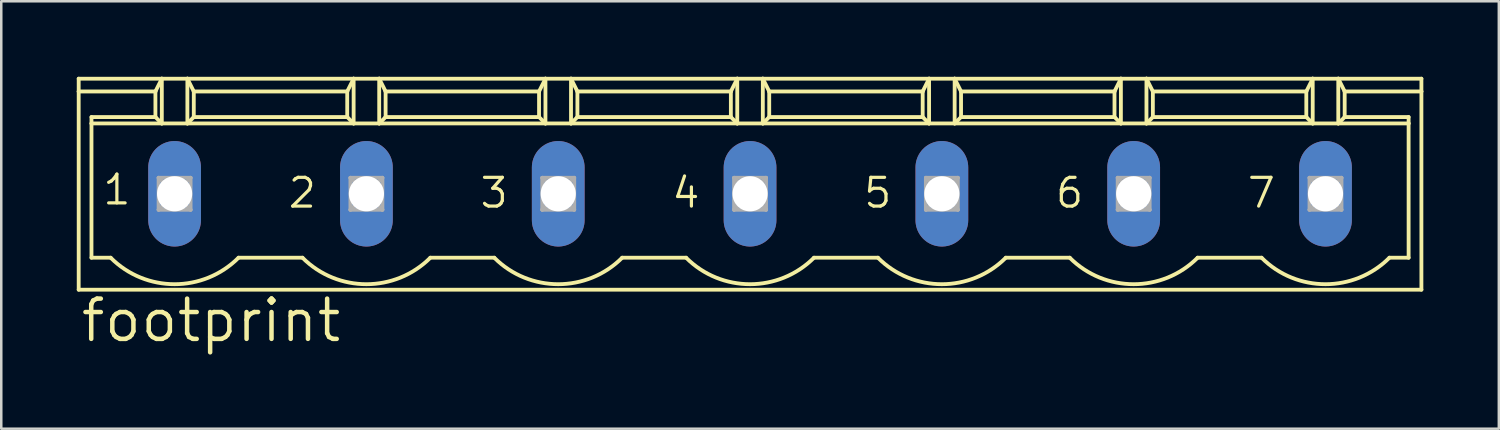
<source format=kicad_pcb>
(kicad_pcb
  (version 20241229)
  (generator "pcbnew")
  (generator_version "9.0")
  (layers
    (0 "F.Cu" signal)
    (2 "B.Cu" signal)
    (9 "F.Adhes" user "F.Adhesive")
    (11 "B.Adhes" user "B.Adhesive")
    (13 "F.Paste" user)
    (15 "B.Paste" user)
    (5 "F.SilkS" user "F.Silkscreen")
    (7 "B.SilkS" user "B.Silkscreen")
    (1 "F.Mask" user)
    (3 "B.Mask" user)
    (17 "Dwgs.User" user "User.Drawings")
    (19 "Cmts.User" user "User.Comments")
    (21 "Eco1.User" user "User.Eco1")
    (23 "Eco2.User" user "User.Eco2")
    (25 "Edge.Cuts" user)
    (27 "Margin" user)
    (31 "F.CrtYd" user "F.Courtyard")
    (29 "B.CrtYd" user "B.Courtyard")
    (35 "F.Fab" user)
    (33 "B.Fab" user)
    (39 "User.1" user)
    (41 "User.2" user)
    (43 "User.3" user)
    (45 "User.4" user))
  (footprint "footprint"
    (layer "F.Cu")
    (at 26.746 4.648)
    (property "Reference" "footprint" (at -26.67 5.969 0) (layer "F.SilkS") (effects (font (size 1.6 1.6) (thickness 0.178)) (justify left bottom)))
    (fp_line (start -26.67 -4.572) (end -23.368 -4.572) (stroke (width 0.152) (type solid)) (layer "F.SilkS"))
    (fp_line (start -26.67 -4.064) (end -26.67 -4.572) (stroke (width 0.152) (type solid)) (layer "F.SilkS"))
    (fp_line (start -26.67 -4.064) (end -23.622 -4.064) (stroke (width 0.152) (type solid)) (layer "F.SilkS"))
    (fp_line (start -26.67 3.81) (end -26.67 -4.064) (stroke (width 0.152) (type solid)) (layer "F.SilkS"))
    (fp_line (start -26.162 -3.048) (end -23.622 -3.048) (stroke (width 0.152) (type solid)) (layer "F.SilkS"))
    (fp_line (start -26.162 -2.794) (end -26.162 -3.048) (stroke (width 0.152) (type solid)) (layer "F.SilkS"))
    (fp_line (start -26.162 -2.794) (end -23.368 -2.794) (stroke (width 0.152) (type solid)) (layer "F.SilkS"))
    (fp_line (start -26.162 2.54) (end -26.162 -2.794) (stroke (width 0.152) (type solid)) (layer "F.SilkS"))
    (fp_line (start -25.4 2.54) (end -26.162 2.54) (stroke (width 0.152) (type solid)) (layer "F.SilkS"))
    (fp_line (start -23.622 -4.064) (end -23.368 -4.572) (stroke (width 0.152) (type solid)) (layer "F.SilkS"))
    (fp_line (start -23.622 -3.048) (end -23.622 -4.064) (stroke (width 0.152) (type solid)) (layer "F.SilkS"))
    (fp_line (start -23.622 -3.048) (end -23.368 -2.794) (stroke (width 0.152) (type solid)) (layer "F.SilkS"))
    (fp_line (start -23.368 -4.572) (end -22.352 -4.572) (stroke (width 0.152) (type solid)) (layer "F.SilkS"))
    (fp_line (start -23.368 -2.794) (end -23.368 -4.572) (stroke (width 0.152) (type solid)) (layer "F.SilkS"))
    (fp_line (start -23.368 -2.794) (end -22.352 -2.794) (stroke (width 0.152) (type solid)) (layer "F.SilkS"))
    (fp_line (start -22.352 -4.572) (end -22.098 -4.064) (stroke (width 0.152) (type solid)) (layer "F.SilkS"))
    (fp_line (start -22.352 -4.572) (end -15.748 -4.572) (stroke (width 0.152) (type solid)) (layer "F.SilkS"))
    (fp_line (start -22.352 -2.794) (end -22.352 -4.572) (stroke (width 0.152) (type solid)) (layer "F.SilkS"))
    (fp_line (start -22.352 -2.794) (end -15.748 -2.794) (stroke (width 0.152) (type solid)) (layer "F.SilkS"))
    (fp_line (start -22.098 -4.064) (end -22.098 -3.048) (stroke (width 0.152) (type solid)) (layer "F.SilkS"))
    (fp_line (start -22.098 -4.064) (end -16.002 -4.064) (stroke (width 0.152) (type solid)) (layer "F.SilkS"))
    (fp_line (start -22.098 -3.048) (end -22.352 -2.794) (stroke (width 0.152) (type solid)) (layer "F.SilkS"))
    (fp_line (start -17.78 2.54) (end -20.32 2.54) (stroke (width 0.152) (type solid)) (layer "F.SilkS"))
    (fp_line (start -16.002 -4.064) (end -16.002 -3.048) (stroke (width 0.152) (type solid)) (layer "F.SilkS"))
    (fp_line (start -16.002 -4.064) (end -15.748 -4.572) (stroke (width 0.152) (type solid)) (layer "F.SilkS"))
    (fp_line (start -16.002 -3.048) (end -22.098 -3.048) (stroke (width 0.152) (type solid)) (layer "F.SilkS"))
    (fp_line (start -16.002 -3.048) (end -15.748 -2.794) (stroke (width 0.152) (type solid)) (layer "F.SilkS"))
    (fp_line (start -15.748 -4.572) (end -14.732 -4.572) (stroke (width 0.152) (type solid)) (layer "F.SilkS"))
    (fp_line (start -15.748 -2.794) (end -15.748 -4.572) (stroke (width 0.152) (type solid)) (layer "F.SilkS"))
    (fp_line (start -15.748 -2.794) (end -14.732 -2.794) (stroke (width 0.152) (type solid)) (layer "F.SilkS"))
    (fp_line (start -14.732 -4.572) (end -14.478 -4.064) (stroke (width 0.152) (type solid)) (layer "F.SilkS"))
    (fp_line (start -14.732 -4.572) (end -8.128 -4.572) (stroke (width 0.152) (type solid)) (layer "F.SilkS"))
    (fp_line (start -14.732 -2.794) (end -14.732 -4.572) (stroke (width 0.152) (type solid)) (layer "F.SilkS"))
    (fp_line (start -14.732 -2.794) (end -8.128 -2.794) (stroke (width 0.152) (type solid)) (layer "F.SilkS"))
    (fp_line (start -14.478 -4.064) (end -14.478 -3.048) (stroke (width 0.152) (type solid)) (layer "F.SilkS"))
    (fp_line (start -14.478 -4.064) (end -8.382 -4.064) (stroke (width 0.152) (type solid)) (layer "F.SilkS"))
    (fp_line (start -14.478 -3.048) (end -14.732 -2.794) (stroke (width 0.152) (type solid)) (layer "F.SilkS"))
    (fp_line (start -14.478 -3.048) (end -8.382 -3.048) (stroke (width 0.152) (type solid)) (layer "F.SilkS"))
    (fp_line (start -10.16 2.54) (end -12.7 2.54) (stroke (width 0.152) (type solid)) (layer "F.SilkS"))
    (fp_line (start -8.382 -4.064) (end -8.128 -4.572) (stroke (width 0.152) (type solid)) (layer "F.SilkS"))
    (fp_line (start -8.382 -3.048) (end -8.382 -4.064) (stroke (width 0.152) (type solid)) (layer "F.SilkS"))
    (fp_line (start -8.382 -3.048) (end -8.128 -2.794) (stroke (width 0.152) (type solid)) (layer "F.SilkS"))
    (fp_line (start -8.128 -4.572) (end -7.112 -4.572) (stroke (width 0.152) (type solid)) (layer "F.SilkS"))
    (fp_line (start -8.128 -2.794) (end -8.128 -4.572) (stroke (width 0.152) (type solid)) (layer "F.SilkS"))
    (fp_line (start -8.128 -2.794) (end -7.112 -2.794) (stroke (width 0.152) (type solid)) (layer "F.SilkS"))
    (fp_line (start -7.112 -4.572) (end -6.858 -4.064) (stroke (width 0.152) (type solid)) (layer "F.SilkS"))
    (fp_line (start -7.112 -4.572) (end -0.508 -4.572) (stroke (width 0.152) (type solid)) (layer "F.SilkS"))
    (fp_line (start -7.112 -2.794) (end -7.112 -4.572) (stroke (width 0.152) (type solid)) (layer "F.SilkS"))
    (fp_line (start -7.112 -2.794) (end -0.508 -2.794) (stroke (width 0.152) (type solid)) (layer "F.SilkS"))
    (fp_line (start -6.858 -4.064) (end -6.858 -3.048) (stroke (width 0.152) (type solid)) (layer "F.SilkS"))
    (fp_line (start -6.858 -4.064) (end -0.762 -4.064) (stroke (width 0.152) (type solid)) (layer "F.SilkS"))
    (fp_line (start -6.858 -3.048) (end -7.112 -2.794) (stroke (width 0.152) (type solid)) (layer "F.SilkS"))
    (fp_line (start -2.54 2.54) (end -5.08 2.54) (stroke (width 0.152) (type solid)) (layer "F.SilkS"))
    (fp_line (start -0.762 -4.064) (end -0.762 -3.048) (stroke (width 0.152) (type solid)) (layer "F.SilkS"))
    (fp_line (start -0.762 -4.064) (end -0.508 -4.572) (stroke (width 0.152) (type solid)) (layer "F.SilkS"))
    (fp_line (start -0.762 -3.048) (end -6.858 -3.048) (stroke (width 0.152) (type solid)) (layer "F.SilkS"))
    (fp_line (start -0.762 -3.048) (end -0.508 -2.794) (stroke (width 0.152) (type solid)) (layer "F.SilkS"))
    (fp_line (start -0.508 -4.572) (end 0.508 -4.572) (stroke (width 0.152) (type solid)) (layer "F.SilkS"))
    (fp_line (start -0.508 -2.794) (end -0.508 -4.572) (stroke (width 0.152) (type solid)) (layer "F.SilkS"))
    (fp_line (start -0.508 -2.794) (end 0.508 -2.794) (stroke (width 0.152) (type solid)) (layer "F.SilkS"))
    (fp_line (start 0.508 -4.572) (end 0.762 -4.064) (stroke (width 0.152) (type solid)) (layer "F.SilkS"))
    (fp_line (start 0.508 -4.572) (end 7.112 -4.572) (stroke (width 0.152) (type solid)) (layer "F.SilkS"))
    (fp_line (start 0.508 -2.794) (end 0.508 -4.572) (stroke (width 0.152) (type solid)) (layer "F.SilkS"))
    (fp_line (start 0.508 -2.794) (end 7.112 -2.794) (stroke (width 0.152) (type solid)) (layer "F.SilkS"))
    (fp_line (start 0.762 -4.064) (end 0.762 -3.048) (stroke (width 0.152) (type solid)) (layer "F.SilkS"))
    (fp_line (start 0.762 -4.064) (end 6.858 -4.064) (stroke (width 0.152) (type solid)) (layer "F.SilkS"))
    (fp_line (start 0.762 -3.048) (end 0.508 -2.794) (stroke (width 0.152) (type solid)) (layer "F.SilkS"))
    (fp_line (start 0.762 -3.048) (end 6.858 -3.048) (stroke (width 0.152) (type solid)) (layer "F.SilkS"))
    (fp_line (start 5.08 2.54) (end 2.54 2.54) (stroke (width 0.152) (type solid)) (layer "F.SilkS"))
    (fp_line (start 6.858 -4.064) (end 6.858 -3.048) (stroke (width 0.152) (type solid)) (layer "F.SilkS"))
    (fp_line (start 6.858 -4.064) (end 7.112 -4.572) (stroke (width 0.152) (type solid)) (layer "F.SilkS"))
    (fp_line (start 6.858 -3.048) (end 7.112 -2.794) (stroke (width 0.152) (type solid)) (layer "F.SilkS"))
    (fp_line (start 7.112 -4.572) (end 8.128 -4.572) (stroke (width 0.152) (type solid)) (layer "F.SilkS"))
    (fp_line (start 7.112 -2.794) (end 7.112 -4.572) (stroke (width 0.152) (type solid)) (layer "F.SilkS"))
    (fp_line (start 7.112 -2.794) (end 8.128 -2.794) (stroke (width 0.152) (type solid)) (layer "F.SilkS"))
    (fp_line (start 8.128 -4.572) (end 8.382 -4.064) (stroke (width 0.152) (type solid)) (layer "F.SilkS"))
    (fp_line (start 8.128 -4.572) (end 14.732 -4.572) (stroke (width 0.152) (type solid)) (layer "F.SilkS"))
    (fp_line (start 8.128 -2.794) (end 8.128 -4.572) (stroke (width 0.152) (type solid)) (layer "F.SilkS"))
    (fp_line (start 8.128 -2.794) (end 14.732 -2.794) (stroke (width 0.152) (type solid)) (layer "F.SilkS"))
    (fp_line (start 8.382 -4.064) (end 8.382 -3.048) (stroke (width 0.152) (type solid)) (layer "F.SilkS"))
    (fp_line (start 8.382 -4.064) (end 14.478 -4.064) (stroke (width 0.152) (type solid)) (layer "F.SilkS"))
    (fp_line (start 8.382 -3.048) (end 8.128 -2.794) (stroke (width 0.152) (type solid)) (layer "F.SilkS"))
    (fp_line (start 8.382 -3.048) (end 14.478 -3.048) (stroke (width 0.152) (type solid)) (layer "F.SilkS"))
    (fp_line (start 12.7 2.54) (end 10.16 2.54) (stroke (width 0.152) (type solid)) (layer "F.SilkS"))
    (fp_line (start 14.478 -4.064) (end 14.478 -3.048) (stroke (width 0.152) (type solid)) (layer "F.SilkS"))
    (fp_line (start 14.478 -4.064) (end 14.732 -4.572) (stroke (width 0.152) (type solid)) (layer "F.SilkS"))
    (fp_line (start 14.478 -3.048) (end 14.732 -2.794) (stroke (width 0.152) (type solid)) (layer "F.SilkS"))
    (fp_line (start 14.732 -4.572) (end 15.748 -4.572) (stroke (width 0.152) (type solid)) (layer "F.SilkS"))
    (fp_line (start 14.732 -2.794) (end 14.732 -4.572) (stroke (width 0.152) (type solid)) (layer "F.SilkS"))
    (fp_line (start 14.732 -2.794) (end 15.748 -2.794) (stroke (width 0.152) (type solid)) (layer "F.SilkS"))
    (fp_line (start 15.748 -4.572) (end 16.002 -4.064) (stroke (width 0.152) (type solid)) (layer "F.SilkS"))
    (fp_line (start 15.748 -4.572) (end 22.352 -4.572) (stroke (width 0.152) (type solid)) (layer "F.SilkS"))
    (fp_line (start 15.748 -2.794) (end 15.748 -4.572) (stroke (width 0.152) (type solid)) (layer "F.SilkS"))
    (fp_line (start 15.748 -2.794) (end 22.352 -2.794) (stroke (width 0.152) (type solid)) (layer "F.SilkS"))
    (fp_line (start 16.002 -4.064) (end 16.002 -3.048) (stroke (width 0.152) (type solid)) (layer "F.SilkS"))
    (fp_line (start 16.002 -4.064) (end 22.098 -4.064) (stroke (width 0.152) (type solid)) (layer "F.SilkS"))
    (fp_line (start 16.002 -3.048) (end 15.748 -2.794) (stroke (width 0.152) (type solid)) (layer "F.SilkS"))
    (fp_line (start 16.002 -3.048) (end 22.098 -3.048) (stroke (width 0.152) (type solid)) (layer "F.SilkS"))
    (fp_line (start 20.32 2.54) (end 17.78 2.54) (stroke (width 0.152) (type solid)) (layer "F.SilkS"))
    (fp_line (start 22.098 -4.064) (end 22.098 -3.048) (stroke (width 0.152) (type solid)) (layer "F.SilkS"))
    (fp_line (start 22.098 -4.064) (end 22.352 -4.572) (stroke (width 0.152) (type solid)) (layer "F.SilkS"))
    (fp_line (start 22.098 -3.048) (end 22.352 -2.794) (stroke (width 0.152) (type solid)) (layer "F.SilkS"))
    (fp_line (start 22.352 -4.572) (end 23.368 -4.572) (stroke (width 0.152) (type solid)) (layer "F.SilkS"))
    (fp_line (start 22.352 -2.794) (end 22.352 -4.572) (stroke (width 0.152) (type solid)) (layer "F.SilkS"))
    (fp_line (start 22.352 -2.794) (end 23.368 -2.794) (stroke (width 0.152) (type solid)) (layer "F.SilkS"))
    (fp_line (start 23.368 -4.572) (end 23.622 -4.064) (stroke (width 0.152) (type solid)) (layer "F.SilkS"))
    (fp_line (start 23.368 -4.572) (end 26.67 -4.572) (stroke (width 0.152) (type solid)) (layer "F.SilkS"))
    (fp_line (start 23.368 -2.794) (end 23.368 -4.572) (stroke (width 0.152) (type solid)) (layer "F.SilkS"))
    (fp_line (start 23.368 -2.794) (end 26.162 -2.794) (stroke (width 0.152) (type solid)) (layer "F.SilkS"))
    (fp_line (start 23.622 -4.064) (end 23.622 -3.048) (stroke (width 0.152) (type solid)) (layer "F.SilkS"))
    (fp_line (start 23.622 -4.064) (end 26.67 -4.064) (stroke (width 0.152) (type solid)) (layer "F.SilkS"))
    (fp_line (start 23.622 -3.048) (end 23.368 -2.794) (stroke (width 0.152) (type solid)) (layer "F.SilkS"))
    (fp_line (start 23.622 -3.048) (end 26.162 -3.048) (stroke (width 0.152) (type solid)) (layer "F.SilkS"))
    (fp_line (start 26.162 -3.048) (end 26.162 -2.794) (stroke (width 0.152) (type solid)) (layer "F.SilkS"))
    (fp_line (start 26.162 -2.794) (end 26.162 2.54) (stroke (width 0.152) (type solid)) (layer "F.SilkS"))
    (fp_line (start 26.162 2.54) (end 25.4 2.54) (stroke (width 0.152) (type solid)) (layer "F.SilkS"))
    (fp_line (start 26.67 -4.064) (end 26.67 -4.572) (stroke (width 0.152) (type solid)) (layer "F.SilkS"))
    (fp_line (start 26.67 3.81) (end -26.67 3.81) (stroke (width 0.152) (type solid)) (layer "F.SilkS"))
    (fp_line (start 26.67 3.81) (end 26.67 -4.064) (stroke (width 0.152) (type solid)) (layer "F.SilkS"))
    (fp_arc (start -20.32 2.54) (mid -22.86 3.592102) (end -25.4 2.54) (stroke (width 0.1524) (type solid)) (layer "F.SilkS"))
    (fp_arc (start -12.7 2.54) (mid -15.24 3.592102) (end -17.78 2.54) (stroke (width 0.1524) (type solid)) (layer "F.SilkS"))
    (fp_arc (start -5.08 2.54) (mid -7.62 3.592102) (end -10.16 2.54) (stroke (width 0.1524) (type solid)) (layer "F.SilkS"))
    (fp_arc (start 2.54 2.54) (mid 0 3.592102) (end -2.54 2.54) (stroke (width 0.1524) (type solid)) (layer "F.SilkS"))
    (fp_arc (start 10.16 2.54) (mid 7.62 3.592102) (end 5.08 2.54) (stroke (width 0.1524) (type solid)) (layer "F.SilkS"))
    (fp_arc (start 17.78 2.54) (mid 15.24 3.592102) (end 12.7 2.54) (stroke (width 0.1524) (type solid)) (layer "F.SilkS"))
    (fp_arc (start 25.4 2.54) (mid 22.86 3.592102) (end 20.32 2.54) (stroke (width 0.1524) (type solid)) (layer "F.SilkS"))
    (fp_line (start -23.495 -0.635) (end -23.495 0.635) (stroke (width 0.152) (type solid)) (layer "F.Fab"))
    (fp_line (start -23.495 -0.635) (end -22.225 0.635) (stroke (width 0.152) (type solid)) (layer "F.Fab"))
    (fp_line (start -23.495 0.635) (end -22.225 -0.635) (stroke (width 0.152) (type solid)) (layer "F.Fab"))
    (fp_line (start -23.495 0.635) (end -22.225 0.635) (stroke (width 0.152) (type solid)) (layer "F.Fab"))
    (fp_line (start -22.225 -0.635) (end -23.495 -0.635) (stroke (width 0.152) (type solid)) (layer "F.Fab"))
    (fp_line (start -22.225 0.635) (end -22.225 -0.635) (stroke (width 0.152) (type solid)) (layer "F.Fab"))
    (fp_line (start -15.875 -0.635) (end -15.875 0.635) (stroke (width 0.152) (type solid)) (layer "F.Fab"))
    (fp_line (start -15.875 -0.635) (end -14.605 0.635) (stroke (width 0.152) (type solid)) (layer "F.Fab"))
    (fp_line (start -15.875 0.635) (end -14.605 -0.635) (stroke (width 0.152) (type solid)) (layer "F.Fab"))
    (fp_line (start -15.875 0.635) (end -14.605 0.635) (stroke (width 0.152) (type solid)) (layer "F.Fab"))
    (fp_line (start -14.605 -0.635) (end -15.875 -0.635) (stroke (width 0.152) (type solid)) (layer "F.Fab"))
    (fp_line (start -14.605 0.635) (end -14.605 -0.635) (stroke (width 0.152) (type solid)) (layer "F.Fab"))
    (fp_line (start -8.255 -0.635) (end -8.255 0.635) (stroke (width 0.152) (type solid)) (layer "F.Fab"))
    (fp_line (start -8.255 -0.635) (end -6.985 0.635) (stroke (width 0.152) (type solid)) (layer "F.Fab"))
    (fp_line (start -8.255 0.635) (end -6.985 -0.635) (stroke (width 0.152) (type solid)) (layer "F.Fab"))
    (fp_line (start -8.255 0.635) (end -6.985 0.635) (stroke (width 0.152) (type solid)) (layer "F.Fab"))
    (fp_line (start -6.985 -0.635) (end -8.255 -0.635) (stroke (width 0.152) (type solid)) (layer "F.Fab"))
    (fp_line (start -6.985 0.635) (end -6.985 -0.635) (stroke (width 0.152) (type solid)) (layer "F.Fab"))
    (fp_line (start -0.635 -0.635) (end -0.635 0.635) (stroke (width 0.152) (type solid)) (layer "F.Fab"))
    (fp_line (start -0.635 -0.635) (end 0.635 0.635) (stroke (width 0.152) (type solid)) (layer "F.Fab"))
    (fp_line (start -0.635 0.635) (end 0.635 -0.635) (stroke (width 0.152) (type solid)) (layer "F.Fab"))
    (fp_line (start -0.635 0.635) (end 0.635 0.635) (stroke (width 0.152) (type solid)) (layer "F.Fab"))
    (fp_line (start 0.635 -0.635) (end -0.635 -0.635) (stroke (width 0.152) (type solid)) (layer "F.Fab"))
    (fp_line (start 0.635 0.635) (end 0.635 -0.635) (stroke (width 0.152) (type solid)) (layer "F.Fab"))
    (fp_line (start 6.985 -0.635) (end 6.985 0.635) (stroke (width 0.152) (type solid)) (layer "F.Fab"))
    (fp_line (start 6.985 -0.635) (end 8.255 0.635) (stroke (width 0.152) (type solid)) (layer "F.Fab"))
    (fp_line (start 6.985 0.635) (end 8.255 -0.635) (stroke (width 0.152) (type solid)) (layer "F.Fab"))
    (fp_line (start 6.985 0.635) (end 8.255 0.635) (stroke (width 0.152) (type solid)) (layer "F.Fab"))
    (fp_line (start 8.255 -0.635) (end 6.985 -0.635) (stroke (width 0.152) (type solid)) (layer "F.Fab"))
    (fp_line (start 8.255 0.635) (end 8.255 -0.635) (stroke (width 0.152) (type solid)) (layer "F.Fab"))
    (fp_line (start 14.605 -0.635) (end 14.605 0.635) (stroke (width 0.152) (type solid)) (layer "F.Fab"))
    (fp_line (start 14.605 -0.635) (end 15.875 0.635) (stroke (width 0.152) (type solid)) (layer "F.Fab"))
    (fp_line (start 14.605 0.635) (end 15.875 -0.635) (stroke (width 0.152) (type solid)) (layer "F.Fab"))
    (fp_line (start 14.605 0.635) (end 15.875 0.635) (stroke (width 0.152) (type solid)) (layer "F.Fab"))
    (fp_line (start 15.875 -0.635) (end 14.605 -0.635) (stroke (width 0.152) (type solid)) (layer "F.Fab"))
    (fp_line (start 15.875 0.635) (end 15.875 -0.635) (stroke (width 0.152) (type solid)) (layer "F.Fab"))
    (fp_line (start 22.225 -0.635) (end 22.225 0.635) (stroke (width 0.152) (type solid)) (layer "F.Fab"))
    (fp_line (start 22.225 -0.635) (end 23.495 0.635) (stroke (width 0.152) (type solid)) (layer "F.Fab"))
    (fp_line (start 22.225 0.635) (end 23.495 -0.635) (stroke (width 0.152) (type solid)) (layer "F.Fab"))
    (fp_line (start 22.225 0.635) (end 23.495 0.635) (stroke (width 0.152) (type solid)) (layer "F.Fab"))
    (fp_line (start 23.495 -0.635) (end 22.225 -0.635) (stroke (width 0.152) (type solid)) (layer "F.Fab"))
    (fp_line (start 23.495 0.635) (end 23.495 -0.635) (stroke (width 0.152) (type solid)) (layer "F.Fab"))
    (fp_text user "5" (at 4.445 0.635 0) (layer "F.SilkS") (effects (font (size 1.143 1.143) (thickness 0.127)) (justify left bottom)))
    (fp_text user "6" (at 12.065 0.635 0) (layer "F.SilkS") (effects (font (size 1.143 1.143) (thickness 0.127)) (justify left bottom)))
    (fp_text user "4" (at -3.175 0.635 0) (layer "F.SilkS") (effects (font (size 1.143 1.143) (thickness 0.127)) (justify left bottom)))
    (fp_text user "1" (at -25.781 0.508 0) (layer "F.SilkS") (effects (font (size 1.143 1.143) (thickness 0.127)) (justify left bottom)))
    (fp_text user "3" (at -10.795 0.635 0) (layer "F.SilkS") (effects (font (size 1.143 1.143) (thickness 0.127)) (justify left bottom)))
    (fp_text user "7" (at 19.685 0.635 0) (layer "F.SilkS") (effects (font (size 1.143 1.143) (thickness 0.127)) (justify left bottom)))
    (fp_text user "2" (at -18.415 0.635 0) (layer "F.SilkS") (effects (font (size 1.143 1.143) (thickness 0.127)) (justify left bottom)))
    (pad "1" thru_hole oval (at -22.86 0 90) (size 4.191 2.095) (drill 1.397) (layers "*.Cu" "*.Mask"))
    (pad "2" thru_hole oval (at -15.24 0 90) (size 4.191 2.095) (drill 1.397) (layers "*.Cu" "*.Mask"))
    (pad "3" thru_hole oval (at -7.62 0 90) (size 4.191 2.095) (drill 1.397) (layers "*.Cu" "*.Mask"))
    (pad "4" thru_hole oval (at 0 0 90) (size 4.191 2.095) (drill 1.397) (layers "*.Cu" "*.Mask"))
    (pad "5" thru_hole oval (at 7.62 0 90) (size 4.191 2.095) (drill 1.397) (layers "*.Cu" "*.Mask"))
    (pad "6" thru_hole oval (at 15.24 0 90) (size 4.191 2.095) (drill 1.397) (layers "*.Cu" "*.Mask"))
    (pad "7" thru_hole oval (at 22.86 0 90) (size 4.191 2.095) (drill 1.397) (layers "*.Cu" "*.Mask")))
  (gr_rect
    (start -3 -3)
    (end 56.492 13.98)
    (stroke (width 0.1) (type default))
    (fill no)
    (layer "Edge.Cuts")))
</source>
